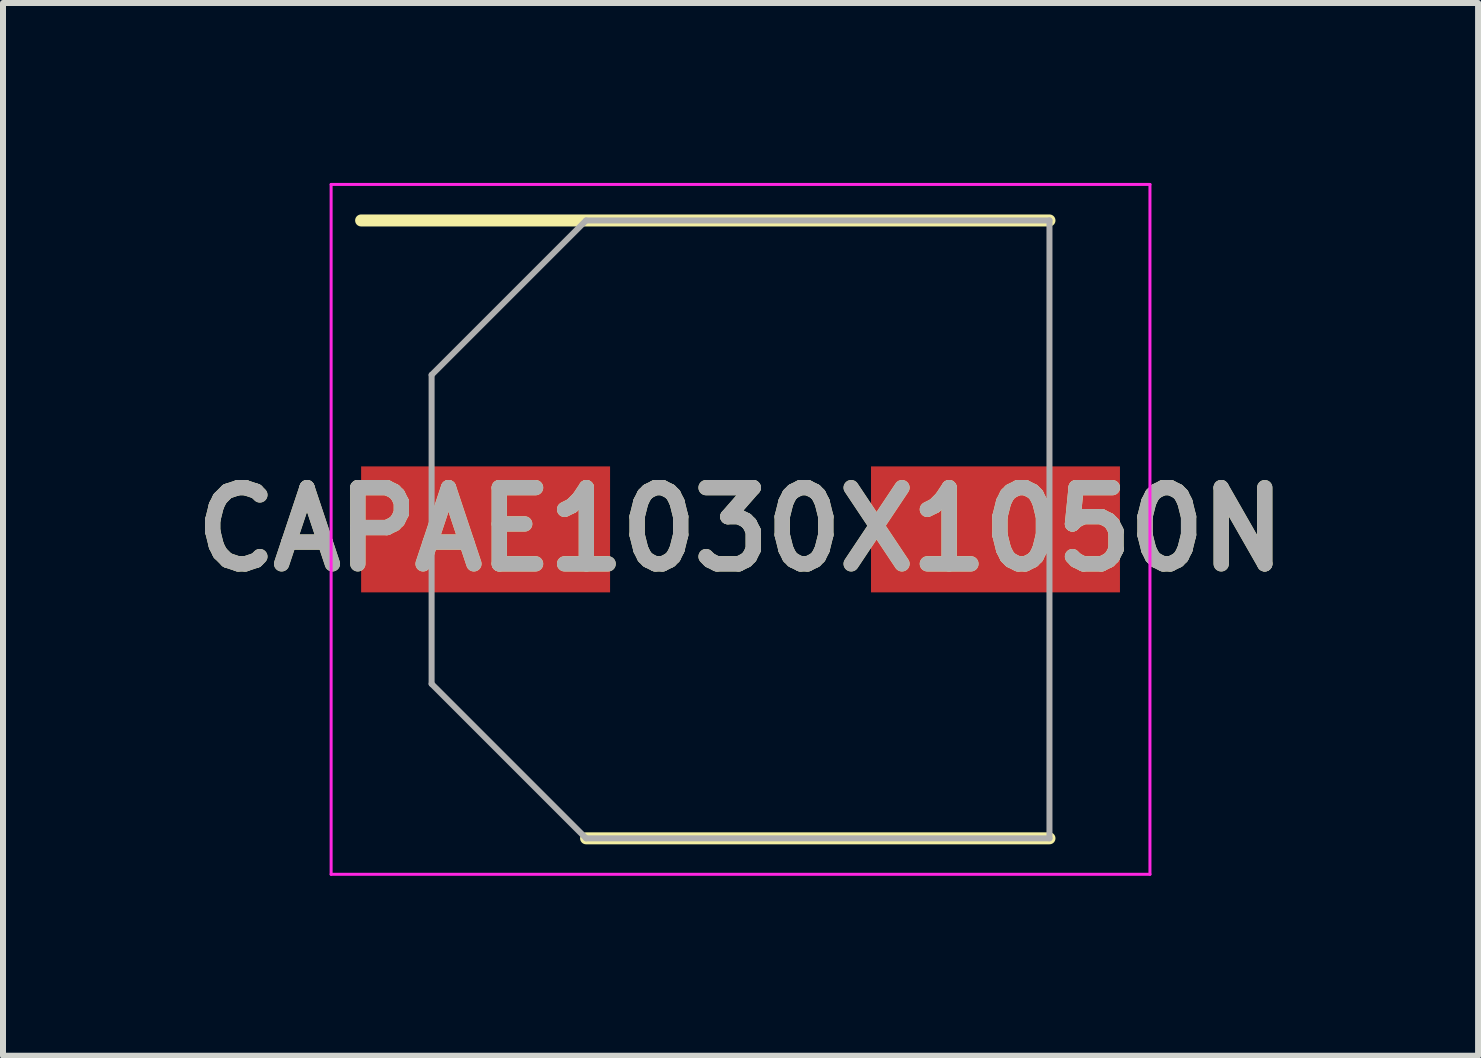
<source format=kicad_pcb>
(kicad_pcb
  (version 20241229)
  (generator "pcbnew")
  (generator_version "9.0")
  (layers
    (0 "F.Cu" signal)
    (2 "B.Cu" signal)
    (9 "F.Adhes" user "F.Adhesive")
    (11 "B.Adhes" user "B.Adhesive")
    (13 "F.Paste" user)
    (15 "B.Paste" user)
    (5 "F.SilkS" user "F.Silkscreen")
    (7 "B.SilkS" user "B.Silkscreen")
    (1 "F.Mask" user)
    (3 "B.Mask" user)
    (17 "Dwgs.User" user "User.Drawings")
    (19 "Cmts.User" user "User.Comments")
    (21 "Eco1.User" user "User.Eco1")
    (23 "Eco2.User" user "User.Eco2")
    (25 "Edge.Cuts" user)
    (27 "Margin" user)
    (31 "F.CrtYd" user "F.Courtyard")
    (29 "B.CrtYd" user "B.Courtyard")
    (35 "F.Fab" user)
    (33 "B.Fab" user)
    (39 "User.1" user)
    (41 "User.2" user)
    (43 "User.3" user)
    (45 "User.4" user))
  (footprint "CAPAE1030X1050N"
    (layer "F.Cu")
    (at 9.295 5.775)
    (property "Reference" "CAPAE1030X1050N" (at 0 0 0) (layer "F.SilkS") (effects (font (size 1.27 1.27) (thickness 0.254))))
    (attr smd)
    (fp_line (start -6.325 -5.15) (end 5.15 -5.15) (stroke (width 0.2) (type solid)) (layer "F.SilkS"))
    (fp_line (start -2.575 5.15) (end 5.15 5.15) (stroke (width 0.2) (type solid)) (layer "F.SilkS"))
    (fp_line (start -6.825 -5.75) (end 6.825 -5.75) (stroke (width 0.05) (type solid)) (layer "F.CrtYd"))
    (fp_line (start -6.825 5.75) (end -6.825 -5.75) (stroke (width 0.05) (type solid)) (layer "F.CrtYd"))
    (fp_line (start 6.825 -5.75) (end 6.825 5.75) (stroke (width 0.05) (type solid)) (layer "F.CrtYd"))
    (fp_line (start 6.825 5.75) (end -6.825 5.75) (stroke (width 0.05) (type solid)) (layer "F.CrtYd"))
    (fp_line (start -5.15 -2.575) (end -5.15 2.575) (stroke (width 0.1) (type solid)) (layer "F.Fab"))
    (fp_line (start -5.15 2.575) (end -2.575 5.15) (stroke (width 0.1) (type solid)) (layer "F.Fab"))
    (fp_line (start -2.575 -5.15) (end -5.15 -2.575) (stroke (width 0.1) (type solid)) (layer "F.Fab"))
    (fp_line (start -2.575 5.15) (end 5.15 5.15) (stroke (width 0.1) (type solid)) (layer "F.Fab"))
    (fp_line (start 5.15 -5.15) (end -2.575 -5.15) (stroke (width 0.1) (type solid)) (layer "F.Fab"))
    (fp_line (start 5.15 5.15) (end 5.15 -5.15) (stroke (width 0.1) (type solid)) (layer "F.Fab"))
    (fp_text user "${REFERENCE}" (at 0 0 0) (layer "F.Fab") (effects (font (size 1.27 1.27) (thickness 0.254))))
    (pad "1" smd rect (at -4.25 0 90) (size 2.1 4.15) (layers "F.Cu" "F.Mask" "F.Paste"))
    (pad "2" smd rect (at 4.25 0 90) (size 2.1 4.15) (layers "F.Cu" "F.Mask" "F.Paste")))
  (gr_rect
    (start -3 -3)
    (end 21.59 14.55)
    (stroke (width 0.1) (type default))
    (fill no)
    (layer "Edge.Cuts")))
</source>
